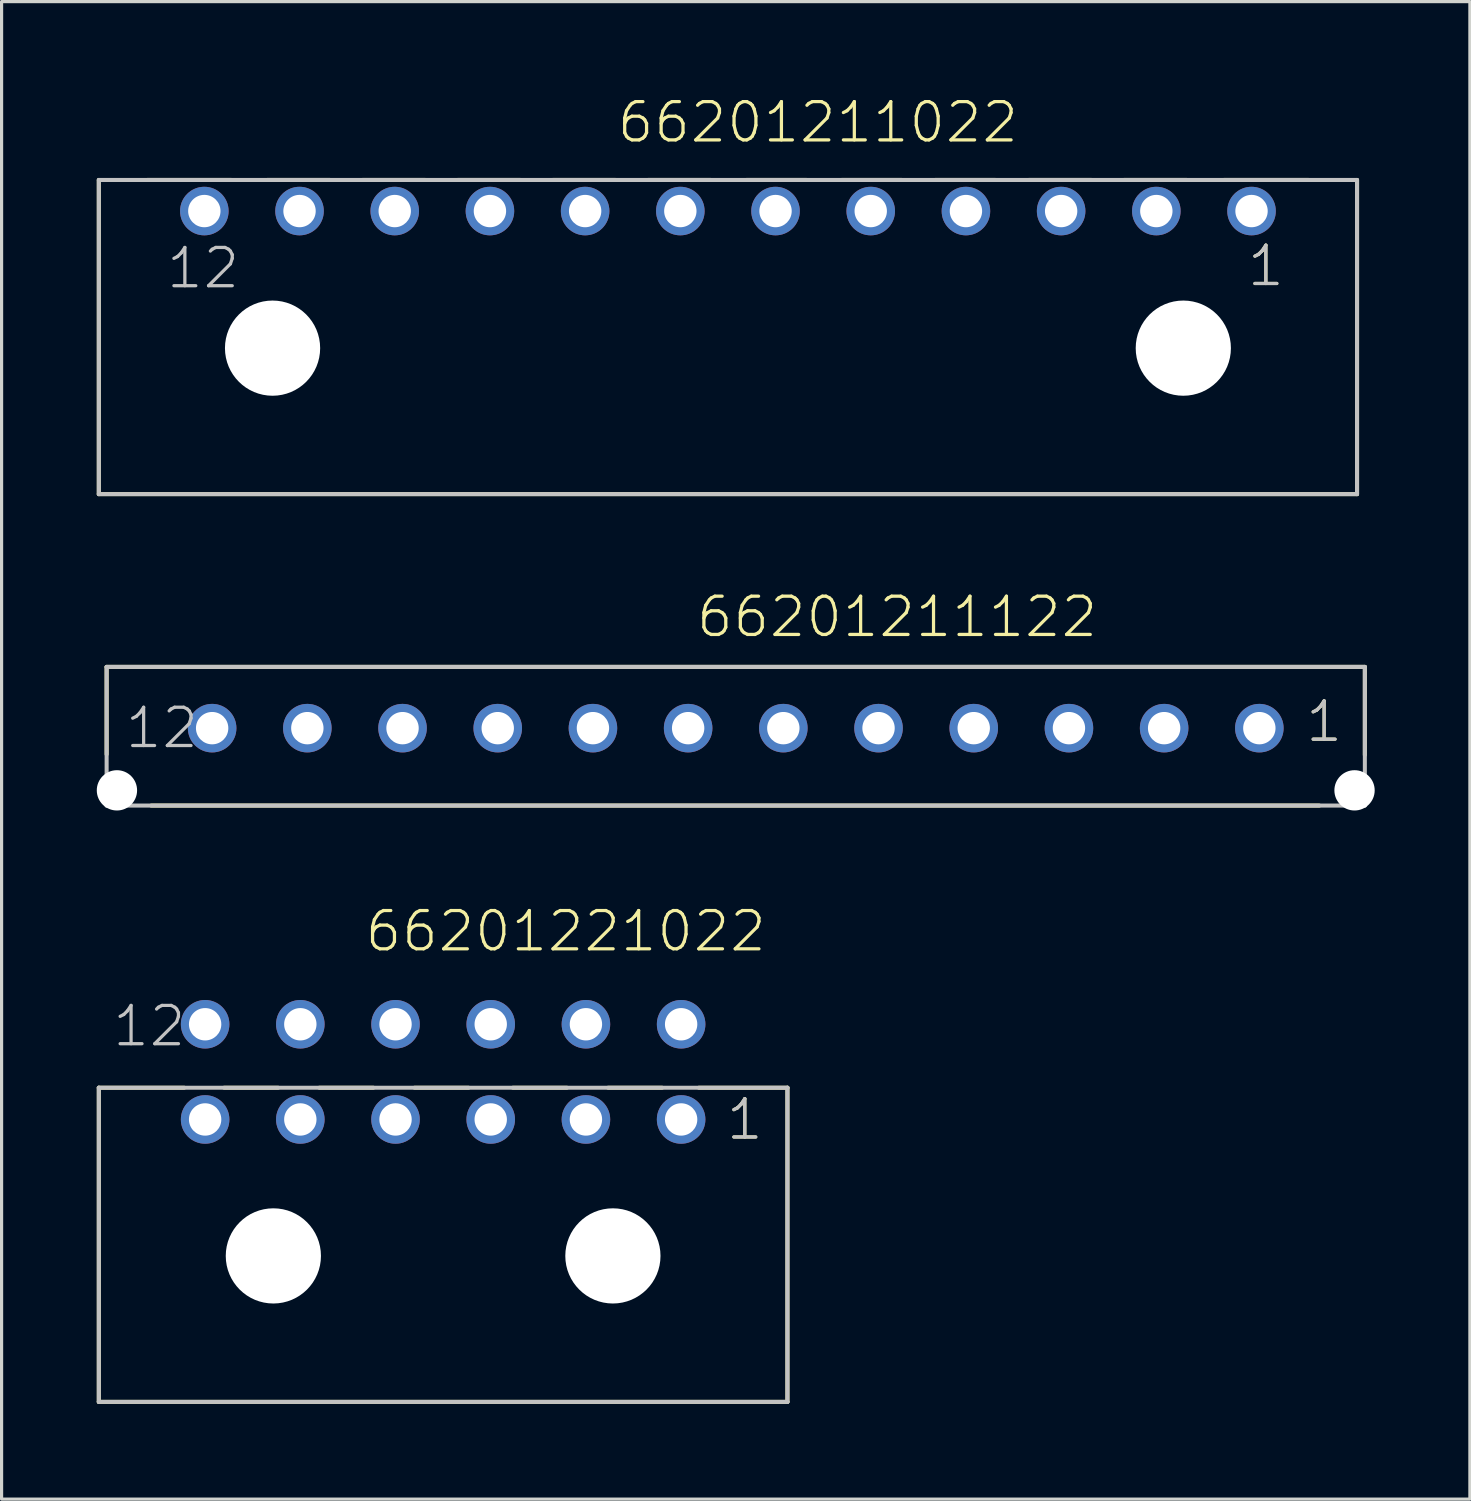
<source format=kicad_pcb>
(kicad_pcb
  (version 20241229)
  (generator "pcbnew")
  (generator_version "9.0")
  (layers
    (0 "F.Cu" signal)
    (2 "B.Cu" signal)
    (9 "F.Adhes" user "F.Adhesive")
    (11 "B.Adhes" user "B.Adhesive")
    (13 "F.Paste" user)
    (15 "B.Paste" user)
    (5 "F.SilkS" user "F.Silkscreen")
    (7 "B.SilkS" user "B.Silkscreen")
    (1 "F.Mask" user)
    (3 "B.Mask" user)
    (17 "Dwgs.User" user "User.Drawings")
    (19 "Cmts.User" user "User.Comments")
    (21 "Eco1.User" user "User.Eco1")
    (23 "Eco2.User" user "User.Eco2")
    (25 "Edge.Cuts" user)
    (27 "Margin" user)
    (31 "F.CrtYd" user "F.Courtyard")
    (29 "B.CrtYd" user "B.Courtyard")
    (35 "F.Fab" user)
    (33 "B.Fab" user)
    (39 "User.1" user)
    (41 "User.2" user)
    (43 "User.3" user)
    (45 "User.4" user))
  (footprint "66201211122"
    (layer "F.Cu")
    (at 20.135 19.896)
    (property "Reference" "66201211122" (at -1.3 -2.8 0) (layer "F.SilkS") (effects (font (size 1.206 1.206) (thickness 0.102)) (justify left bottom)))
    (attr through_hole)
    (fp_line (start -19.825 -1.93) (end 19.825 -1.93) (stroke (width 0.127) (type solid)) (layer "F.SilkS"))
    (fp_line (start -19.825 0.825) (end -19.825 -1.93) (stroke (width 0.127) (type solid)) (layer "F.SilkS"))
    (fp_line (start -18.42 2.44) (end 18.39 2.44) (stroke (width 0.127) (type solid)) (layer "F.SilkS"))
    (fp_line (start 19.825 -1.93) (end 19.825 0.845) (stroke (width 0.127) (type solid)) (layer "F.SilkS"))
    (fp_line (start -19.825 -1.93) (end 19.825 -1.93) (stroke (width 0.127) (type solid)) (layer "Dwgs.User"))
    (fp_line (start -19.825 2.44) (end -19.825 -1.93) (stroke (width 0.127) (type solid)) (layer "Dwgs.User"))
    (fp_line (start 19.825 -1.93) (end 19.825 2.44) (stroke (width 0.127) (type solid)) (layer "Dwgs.User"))
    (fp_line (start 19.825 2.44) (end -19.825 2.44) (stroke (width 0.127) (type solid)) (layer "Dwgs.User"))
    (fp_text user "1" (at 17.9 0.5 0) (layer "F.SilkS") (effects (font (size 1.206 1.206) (thickness 0.102)) (justify left bottom)))
    (fp_text user "1" (at 17.9 0.5 0) (layer "Dwgs.User") (effects (font (size 1.206 1.206) (thickness 0.102)) (justify left bottom)))
    (fp_text user "12" (at -19.3 0.7 0) (layer "Dwgs.User") (effects (font (size 1.206 1.206) (thickness 0.102)) (justify left bottom)))
    (pad "" np_thru_hole circle (at -19.5 1.96) (size 1.27 1.27) (drill 1.27) (layers "*.Cu"))
    (pad "" np_thru_hole circle (at 19.5 1.96) (size 1.27 1.27) (drill 1.27) (layers "*.Cu"))
    (pad "1" thru_hole circle (at 16.5 0) (size 1.53 1.53) (drill 1.02) (layers "*.Cu" "*.Mask"))
    (pad "2" thru_hole circle (at 13.5 0) (size 1.53 1.53) (drill 1.02) (layers "*.Cu" "*.Mask"))
    (pad "3" thru_hole circle (at 10.5 0) (size 1.53 1.53) (drill 1.02) (layers "*.Cu" "*.Mask"))
    (pad "4" thru_hole circle (at 7.5 0) (size 1.53 1.53) (drill 1.02) (layers "*.Cu" "*.Mask"))
    (pad "5" thru_hole circle (at 4.5 0) (size 1.53 1.53) (drill 1.02) (layers "*.Cu" "*.Mask"))
    (pad "6" thru_hole circle (at 1.5 0) (size 1.53 1.53) (drill 1.02) (layers "*.Cu" "*.Mask"))
    (pad "7" thru_hole circle (at -1.5 0) (size 1.53 1.53) (drill 1.02) (layers "*.Cu" "*.Mask"))
    (pad "8" thru_hole circle (at -4.5 0) (size 1.53 1.53) (drill 1.02) (layers "*.Cu" "*.Mask"))
    (pad "9" thru_hole circle (at -7.5 0) (size 1.53 1.53) (drill 1.02) (layers "*.Cu" "*.Mask"))
    (pad "10" thru_hole circle (at -10.5 0) (size 1.53 1.53) (drill 1.02) (layers "*.Cu" "*.Mask"))
    (pad "11" thru_hole circle (at -13.5 0) (size 1.53 1.53) (drill 1.02) (layers "*.Cu" "*.Mask"))
    (pad "12" thru_hole circle (at -16.5 0) (size 1.53 1.53) (drill 1.02) (layers "*.Cu" "*.Mask")))
  (footprint "66201211022"
    (layer "F.Cu")
    (at 19.889 7.921)
    (property "Reference" "66201211022" (at -3.55 -6.41 0) (layer "F.SilkS") (effects (font (size 1.206 1.206) (thickness 0.102)) (justify left bottom)))
    (attr through_hole)
    (fp_line (start -19.825 4.6) (end -19.825 -5.3) (stroke (width 0.127) (type solid)) (layer "F.SilkS"))
    (fp_line (start -18.3 -5.3) (end -15.65 -5.3) (stroke (width 0.127) (type solid)) (layer "F.SilkS"))
    (fp_line (start -14.52 -5.3) (end -12.54 -5.3) (stroke (width 0.127) (type solid)) (layer "F.SilkS"))
    (fp_line (start -11.52 -5.3) (end -9.54 -5.3) (stroke (width 0.127) (type solid)) (layer "F.SilkS"))
    (fp_line (start -8.52 -5.3) (end -6.54 -5.3) (stroke (width 0.127) (type solid)) (layer "F.SilkS"))
    (fp_line (start -5.52 -5.3) (end -3.54 -5.3) (stroke (width 0.127) (type solid)) (layer "F.SilkS"))
    (fp_line (start -2.52 -5.3) (end -0.54 -5.3) (stroke (width 0.127) (type solid)) (layer "F.SilkS"))
    (fp_line (start 0.58 -5.3) (end 2.48 -5.3) (stroke (width 0.127) (type solid)) (layer "F.SilkS"))
    (fp_line (start 3.58 -5.3) (end 5.48 -5.3) (stroke (width 0.127) (type solid)) (layer "F.SilkS"))
    (fp_line (start 6.53 -5.3) (end 8.43 -5.3) (stroke (width 0.127) (type solid)) (layer "F.SilkS"))
    (fp_line (start 9.48 -5.3) (end 11.46 -5.3) (stroke (width 0.127) (type solid)) (layer "F.SilkS"))
    (fp_line (start 12.48 -5.3) (end 14.46 -5.3) (stroke (width 0.127) (type solid)) (layer "F.SilkS"))
    (fp_line (start 15.63 -5.3) (end 18.3 -5.3) (stroke (width 0.127) (type solid)) (layer "F.SilkS"))
    (fp_line (start 19.825 -5.3) (end 19.825 4.6) (stroke (width 0.127) (type solid)) (layer "F.SilkS"))
    (fp_line (start 19.825 4.6) (end -19.825 4.6) (stroke (width 0.127) (type solid)) (layer "F.SilkS"))
    (fp_line (start -19.825 -5.3) (end 19.825 -5.3) (stroke (width 0.127) (type solid)) (layer "Dwgs.User"))
    (fp_line (start -19.825 4.6) (end -19.825 -5.3) (stroke (width 0.127) (type solid)) (layer "Dwgs.User"))
    (fp_line (start 19.825 -5.3) (end 19.825 4.6) (stroke (width 0.127) (type solid)) (layer "Dwgs.User"))
    (fp_line (start 19.825 4.6) (end -19.825 4.6) (stroke (width 0.127) (type solid)) (layer "Dwgs.User"))
    (fp_text user "1" (at 16.31 -1.885 0) (layer "F.SilkS") (effects (font (size 1.206 1.206) (thickness 0.102)) (justify left bottom)))
    (fp_text user "1" (at 16.31 -1.885 0) (layer "Dwgs.User") (effects (font (size 1.206 1.206) (thickness 0.102)) (justify left bottom)))
    (fp_text user "12" (at -17.755 -1.815 0) (layer "Dwgs.User") (effects (font (size 1.206 1.206) (thickness 0.102)) (justify left bottom)))
    (pad "" np_thru_hole circle (at -14.35 0) (size 3 3) (drill 3) (layers "*.Cu"))
    (pad "" np_thru_hole circle (at 14.35 0) (size 3 3) (drill 3) (layers "*.Cu"))
    (pad "1" thru_hole circle (at 16.5 -4.32) (size 1.53 1.53) (drill 1.02) (layers "*.Cu" "*.Mask"))
    (pad "2" thru_hole circle (at 13.5 -4.32) (size 1.53 1.53) (drill 1.02) (layers "*.Cu" "*.Mask"))
    (pad "3" thru_hole circle (at 10.5 -4.32) (size 1.53 1.53) (drill 1.02) (layers "*.Cu" "*.Mask"))
    (pad "4" thru_hole circle (at 7.5 -4.32) (size 1.53 1.53) (drill 1.02) (layers "*.Cu" "*.Mask"))
    (pad "5" thru_hole circle (at 4.5 -4.32) (size 1.53 1.53) (drill 1.02) (layers "*.Cu" "*.Mask"))
    (pad "6" thru_hole circle (at 1.5 -4.32) (size 1.53 1.53) (drill 1.02) (layers "*.Cu" "*.Mask"))
    (pad "7" thru_hole circle (at -1.5 -4.32) (size 1.53 1.53) (drill 1.02) (layers "*.Cu" "*.Mask"))
    (pad "8" thru_hole circle (at -4.5 -4.32) (size 1.53 1.53) (drill 1.02) (layers "*.Cu" "*.Mask"))
    (pad "9" thru_hole circle (at -7.5 -4.32) (size 1.53 1.53) (drill 1.02) (layers "*.Cu" "*.Mask"))
    (pad "10" thru_hole circle (at -10.5 -4.32) (size 1.53 1.53) (drill 1.02) (layers "*.Cu" "*.Mask"))
    (pad "11" thru_hole circle (at -13.5 -4.32) (size 1.53 1.53) (drill 1.02) (layers "*.Cu" "*.Mask"))
    (pad "12" thru_hole circle (at -16.5 -4.32) (size 1.53 1.53) (drill 1.02) (layers "*.Cu" "*.Mask")))
  (footprint "66201221022"
    (layer "F.Cu")
    (at 10.914 36.527)
    (property "Reference" "66201221022" (at -2.52 -9.525 0) (layer "F.SilkS") (effects (font (size 1.206 1.206) (thickness 0.102)) (justify left bottom)))
    (attr through_hole)
    (fp_line (start -10.85 4.6) (end -10.85 -5.3) (stroke (width 0.127) (type solid)) (layer "F.SilkS"))
    (fp_line (start -8.16 -5.3) (end -10.85 -5.3) (stroke (width 0.127) (type solid)) (layer "F.SilkS"))
    (fp_line (start -6.9 -5.3) (end -5.2 -5.3) (stroke (width 0.127) (type solid)) (layer "F.SilkS"))
    (fp_line (start -3.9 -5.3) (end -2.2 -5.3) (stroke (width 0.127) (type solid)) (layer "F.SilkS"))
    (fp_line (start -0.9 -5.3) (end 0.8 -5.3) (stroke (width 0.127) (type solid)) (layer "F.SilkS"))
    (fp_line (start 2.2 -5.3) (end 3.9 -5.3) (stroke (width 0.127) (type solid)) (layer "F.SilkS"))
    (fp_line (start 5.2 -5.3) (end 6.9 -5.3) (stroke (width 0.127) (type solid)) (layer "F.SilkS"))
    (fp_line (start 8.06 -5.3) (end 10.85 -5.3) (stroke (width 0.127) (type solid)) (layer "F.SilkS"))
    (fp_line (start 10.85 -5.3) (end 10.85 4.6) (stroke (width 0.127) (type solid)) (layer "F.SilkS"))
    (fp_line (start 10.85 4.6) (end -10.85 4.6) (stroke (width 0.127) (type solid)) (layer "F.SilkS"))
    (fp_line (start -10.85 -5.3) (end 10.85 -5.3) (stroke (width 0.127) (type solid)) (layer "Dwgs.User"))
    (fp_line (start -10.85 4.6) (end -10.85 -5.3) (stroke (width 0.127) (type solid)) (layer "Dwgs.User"))
    (fp_line (start 10.85 -5.3) (end 10.85 4.6) (stroke (width 0.127) (type solid)) (layer "Dwgs.User"))
    (fp_line (start 10.85 4.6) (end -10.85 4.6) (stroke (width 0.127) (type solid)) (layer "Dwgs.User"))
    (fp_text user "1" (at 8.865 -3.595 0) (layer "F.SilkS") (effects (font (size 1.206 1.206) (thickness 0.102)) (justify left bottom)))
    (fp_text user "12" (at -10.475 -6.535 0) (layer "Dwgs.User") (effects (font (size 1.206 1.206) (thickness 0.102)) (justify left bottom)))
    (fp_text user "1" (at 8.865 -3.595 0) (layer "Dwgs.User") (effects (font (size 1.206 1.206) (thickness 0.102)) (justify left bottom)))
    (pad "" np_thru_hole circle (at -5.35 0) (size 3 3) (drill 3) (layers "*.Cu"))
    (pad "" np_thru_hole circle (at 5.35 0) (size 3 3) (drill 3) (layers "*.Cu"))
    (pad "1" thru_hole circle (at 7.5 -4.3) (size 1.53 1.53) (drill 1.02) (layers "*.Cu" "*.Mask"))
    (pad "2" thru_hole circle (at 4.5 -4.3) (size 1.53 1.53) (drill 1.02) (layers "*.Cu" "*.Mask"))
    (pad "3" thru_hole circle (at 1.5 -4.3) (size 1.53 1.53) (drill 1.02) (layers "*.Cu" "*.Mask"))
    (pad "4" thru_hole circle (at -1.5 -4.3) (size 1.53 1.53) (drill 1.02) (layers "*.Cu" "*.Mask"))
    (pad "5" thru_hole circle (at -4.5 -4.3) (size 1.53 1.53) (drill 1.02) (layers "*.Cu" "*.Mask"))
    (pad "6" thru_hole circle (at -7.5 -4.3) (size 1.53 1.53) (drill 1.02) (layers "*.Cu" "*.Mask"))
    (pad "7" thru_hole circle (at 7.5 -7.3) (size 1.53 1.53) (drill 1.02) (layers "*.Cu" "*.Mask"))
    (pad "8" thru_hole circle (at 4.5 -7.3) (size 1.53 1.53) (drill 1.02) (layers "*.Cu" "*.Mask"))
    (pad "9" thru_hole circle (at 1.5 -7.3) (size 1.53 1.53) (drill 1.02) (layers "*.Cu" "*.Mask"))
    (pad "10" thru_hole circle (at -1.5 -7.3) (size 1.53 1.53) (drill 1.02) (layers "*.Cu" "*.Mask"))
    (pad "11" thru_hole circle (at -4.5 -7.3) (size 1.53 1.53) (drill 1.02) (layers "*.Cu" "*.Mask"))
    (pad "12" thru_hole circle (at -7.5 -7.3) (size 1.53 1.53) (drill 1.02) (layers "*.Cu" "*.Mask")))
  (gr_rect
    (start -3 -3)
    (end 43.27 44.191)
    (stroke (width 0.1) (type default))
    (fill no)
    (layer "Edge.Cuts")))
</source>
